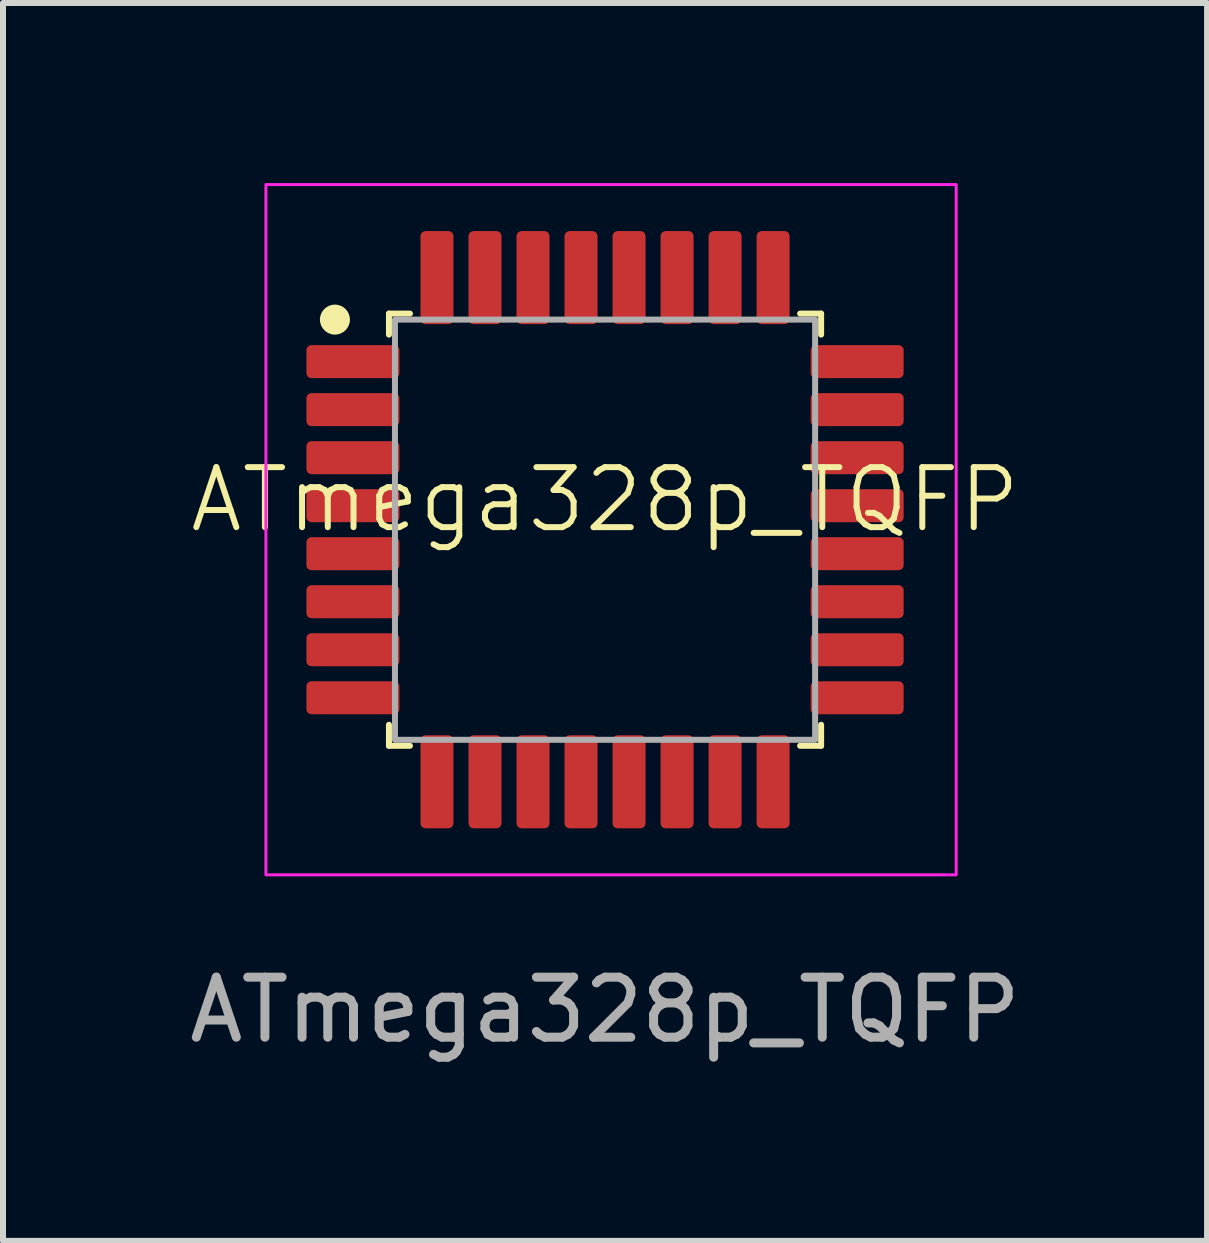
<source format=kicad_pcb>
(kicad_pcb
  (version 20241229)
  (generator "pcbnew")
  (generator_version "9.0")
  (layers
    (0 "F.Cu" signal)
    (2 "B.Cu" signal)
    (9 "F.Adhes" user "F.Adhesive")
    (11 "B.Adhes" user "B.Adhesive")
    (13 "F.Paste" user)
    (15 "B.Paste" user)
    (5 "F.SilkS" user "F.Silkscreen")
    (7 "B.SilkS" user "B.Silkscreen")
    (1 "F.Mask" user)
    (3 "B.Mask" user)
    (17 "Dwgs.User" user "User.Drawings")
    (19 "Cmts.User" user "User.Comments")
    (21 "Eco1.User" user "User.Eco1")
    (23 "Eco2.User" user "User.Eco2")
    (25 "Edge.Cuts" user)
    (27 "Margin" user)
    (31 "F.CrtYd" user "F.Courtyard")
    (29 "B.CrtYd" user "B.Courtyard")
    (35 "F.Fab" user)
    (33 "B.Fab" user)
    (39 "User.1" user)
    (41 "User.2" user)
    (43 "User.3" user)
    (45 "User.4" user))
  (footprint "ATmega328p_TQFP"
    (layer "F.Cu")
    (at 7.03 5.775)
    (property "Reference" "ATmega328p_TQFP" (at 0 -0.5 0) (unlocked yes) (layer "F.SilkS") (effects (font (size 1 1) (thickness 0.1))))
    (attr smd)
    (fp_line (start -3.6 -3.25) (end -3.6 -3.6) (stroke (width 0.1) (type default)) (layer "F.SilkS"))
    (fp_line (start -3.6 3.25) (end -3.6 3.6) (stroke (width 0.1) (type default)) (layer "F.SilkS"))
    (fp_line (start -3.25 -3.6) (end -3.6 -3.6) (stroke (width 0.1) (type default)) (layer "F.SilkS"))
    (fp_line (start -3.25 3.6) (end -3.6 3.6) (stroke (width 0.1) (type default)) (layer "F.SilkS"))
    (fp_line (start 3.25 -3.6) (end 3.6 -3.6) (stroke (width 0.1) (type default)) (layer "F.SilkS"))
    (fp_line (start 3.25 3.6) (end 3.6 3.6) (stroke (width 0.1) (type default)) (layer "F.SilkS"))
    (fp_line (start 3.6 -3.25) (end 3.6 -3.6) (stroke (width 0.1) (type default)) (layer "F.SilkS"))
    (fp_line (start 3.6 3.25) (end 3.6 3.6) (stroke (width 0.1) (type default)) (layer "F.SilkS"))
    (fp_circle (center -4.5 -3.5) (end -4.3 -3.5) (stroke (width 0.1) (type solid)) (fill yes) (layer "F.SilkS"))
    (fp_rect (start -5.65 -5.75) (end 5.85 5.75) (stroke (width 0.05) (type solid)) (fill no) (layer "F.CrtYd"))
    (fp_rect (start -3.5 -3.5) (end 3.5 3.5) (stroke (width 0.1) (type solid)) (fill no) (layer "F.Fab"))
    (fp_text user "${REFERENCE}" (at 0 8 0) (unlocked yes) (layer "F.Fab") (effects (font (size 1 1) (thickness 0.15))))
    (pad "1" smd roundrect (at -4.2 -2.8) (size 1.55 0.55) (layers "F.Cu" "F.Mask" "F.Paste") (roundrect_rratio 0.15))
    (pad "2" smd roundrect (at -4.2 -2) (size 1.55 0.55) (layers "F.Cu" "F.Mask" "F.Paste") (roundrect_rratio 0.15))
    (pad "3" smd roundrect (at -4.2 -1.2) (size 1.55 0.55) (layers "F.Cu" "F.Mask" "F.Paste") (roundrect_rratio 0.15))
    (pad "4" smd roundrect (at -4.2 -0.4) (size 1.55 0.55) (layers "F.Cu" "F.Mask" "F.Paste") (roundrect_rratio 0.15))
    (pad "5" smd roundrect (at -4.2 0.4) (size 1.55 0.55) (layers "F.Cu" "F.Mask" "F.Paste") (roundrect_rratio 0.15))
    (pad "6" smd roundrect (at -4.2 1.2) (size 1.55 0.55) (layers "F.Cu" "F.Mask" "F.Paste") (roundrect_rratio 0.15))
    (pad "7" smd roundrect (at -4.2 2) (size 1.55 0.55) (layers "F.Cu" "F.Mask" "F.Paste") (roundrect_rratio 0.15))
    (pad "8" smd roundrect (at -4.2 2.8) (size 1.55 0.55) (layers "F.Cu" "F.Mask" "F.Paste") (roundrect_rratio 0.15))
    (pad "9" smd roundrect (at -2.8 4.2 90) (size 1.55 0.55) (layers "F.Cu" "F.Mask" "F.Paste") (roundrect_rratio 0.15))
    (pad "10" smd roundrect (at -2 4.2 90) (size 1.55 0.55) (layers "F.Cu" "F.Mask" "F.Paste") (roundrect_rratio 0.15))
    (pad "11" smd roundrect (at -1.2 4.2 90) (size 1.55 0.55) (layers "F.Cu" "F.Mask" "F.Paste") (roundrect_rratio 0.15))
    (pad "12" smd roundrect (at -0.4 4.2 90) (size 1.55 0.55) (layers "F.Cu" "F.Mask" "F.Paste") (roundrect_rratio 0.15))
    (pad "13" smd roundrect (at 0.4 4.2 90) (size 1.55 0.55) (layers "F.Cu" "F.Mask" "F.Paste") (roundrect_rratio 0.15))
    (pad "14" smd roundrect (at 1.2 4.2 90) (size 1.55 0.55) (layers "F.Cu" "F.Mask" "F.Paste") (roundrect_rratio 0.15))
    (pad "15" smd roundrect (at 2 4.2 90) (size 1.55 0.55) (layers "F.Cu" "F.Mask" "F.Paste") (roundrect_rratio 0.15))
    (pad "16" smd roundrect (at 2.8 4.2 90) (size 1.55 0.55) (layers "F.Cu" "F.Mask" "F.Paste") (roundrect_rratio 0.15))
    (pad "17" smd roundrect (at 4.2 2.8 180) (size 1.55 0.55) (layers "F.Cu" "F.Mask" "F.Paste") (roundrect_rratio 0.15))
    (pad "18" smd roundrect (at 4.2 2 180) (size 1.55 0.55) (layers "F.Cu" "F.Mask" "F.Paste") (roundrect_rratio 0.15))
    (pad "19" smd roundrect (at 4.2 1.2 180) (size 1.55 0.55) (layers "F.Cu" "F.Mask" "F.Paste") (roundrect_rratio 0.15))
    (pad "20" smd roundrect (at 4.2 0.4 180) (size 1.55 0.55) (layers "F.Cu" "F.Mask" "F.Paste") (roundrect_rratio 0.15))
    (pad "21" smd roundrect (at 4.2 -0.4 180) (size 1.55 0.55) (layers "F.Cu" "F.Mask" "F.Paste") (roundrect_rratio 0.15))
    (pad "22" smd roundrect (at 4.2 -1.2 180) (size 1.55 0.55) (layers "F.Cu" "F.Mask" "F.Paste") (roundrect_rratio 0.15))
    (pad "23" smd roundrect (at 4.2 -2 180) (size 1.55 0.55) (layers "F.Cu" "F.Mask" "F.Paste") (roundrect_rratio 0.15))
    (pad "24" smd roundrect (at 4.2 -2.8 180) (size 1.55 0.55) (layers "F.Cu" "F.Mask" "F.Paste") (roundrect_rratio 0.15))
    (pad "25" smd roundrect (at 2.8 -4.2 270) (size 1.55 0.55) (layers "F.Cu" "F.Mask" "F.Paste") (roundrect_rratio 0.15))
    (pad "26" smd roundrect (at 2 -4.2 270) (size 1.55 0.55) (layers "F.Cu" "F.Mask" "F.Paste") (roundrect_rratio 0.15))
    (pad "27" smd roundrect (at 1.2 -4.2 270) (size 1.55 0.55) (layers "F.Cu" "F.Mask" "F.Paste") (roundrect_rratio 0.15))
    (pad "28" smd roundrect (at 0.4 -4.2 270) (size 1.55 0.55) (layers "F.Cu" "F.Mask" "F.Paste") (roundrect_rratio 0.15))
    (pad "29" smd roundrect (at -0.4 -4.2 270) (size 1.55 0.55) (layers "F.Cu" "F.Mask" "F.Paste") (roundrect_rratio 0.15))
    (pad "30" smd roundrect (at -1.2 -4.2 270) (size 1.55 0.55) (layers "F.Cu" "F.Mask" "F.Paste") (roundrect_rratio 0.15))
    (pad "31" smd roundrect (at -2 -4.2 270) (size 1.55 0.55) (layers "F.Cu" "F.Mask" "F.Paste") (roundrect_rratio 0.15))
    (pad "32" smd roundrect (at -2.8 -4.2 270) (size 1.55 0.55) (layers "F.Cu" "F.Mask" "F.Paste") (roundrect_rratio 0.15)))
  (gr_rect
    (start -3 -3)
    (end 17.06 17.623)
    (stroke (width 0.1) (type default))
    (fill no)
    (layer "Edge.Cuts")))
</source>
